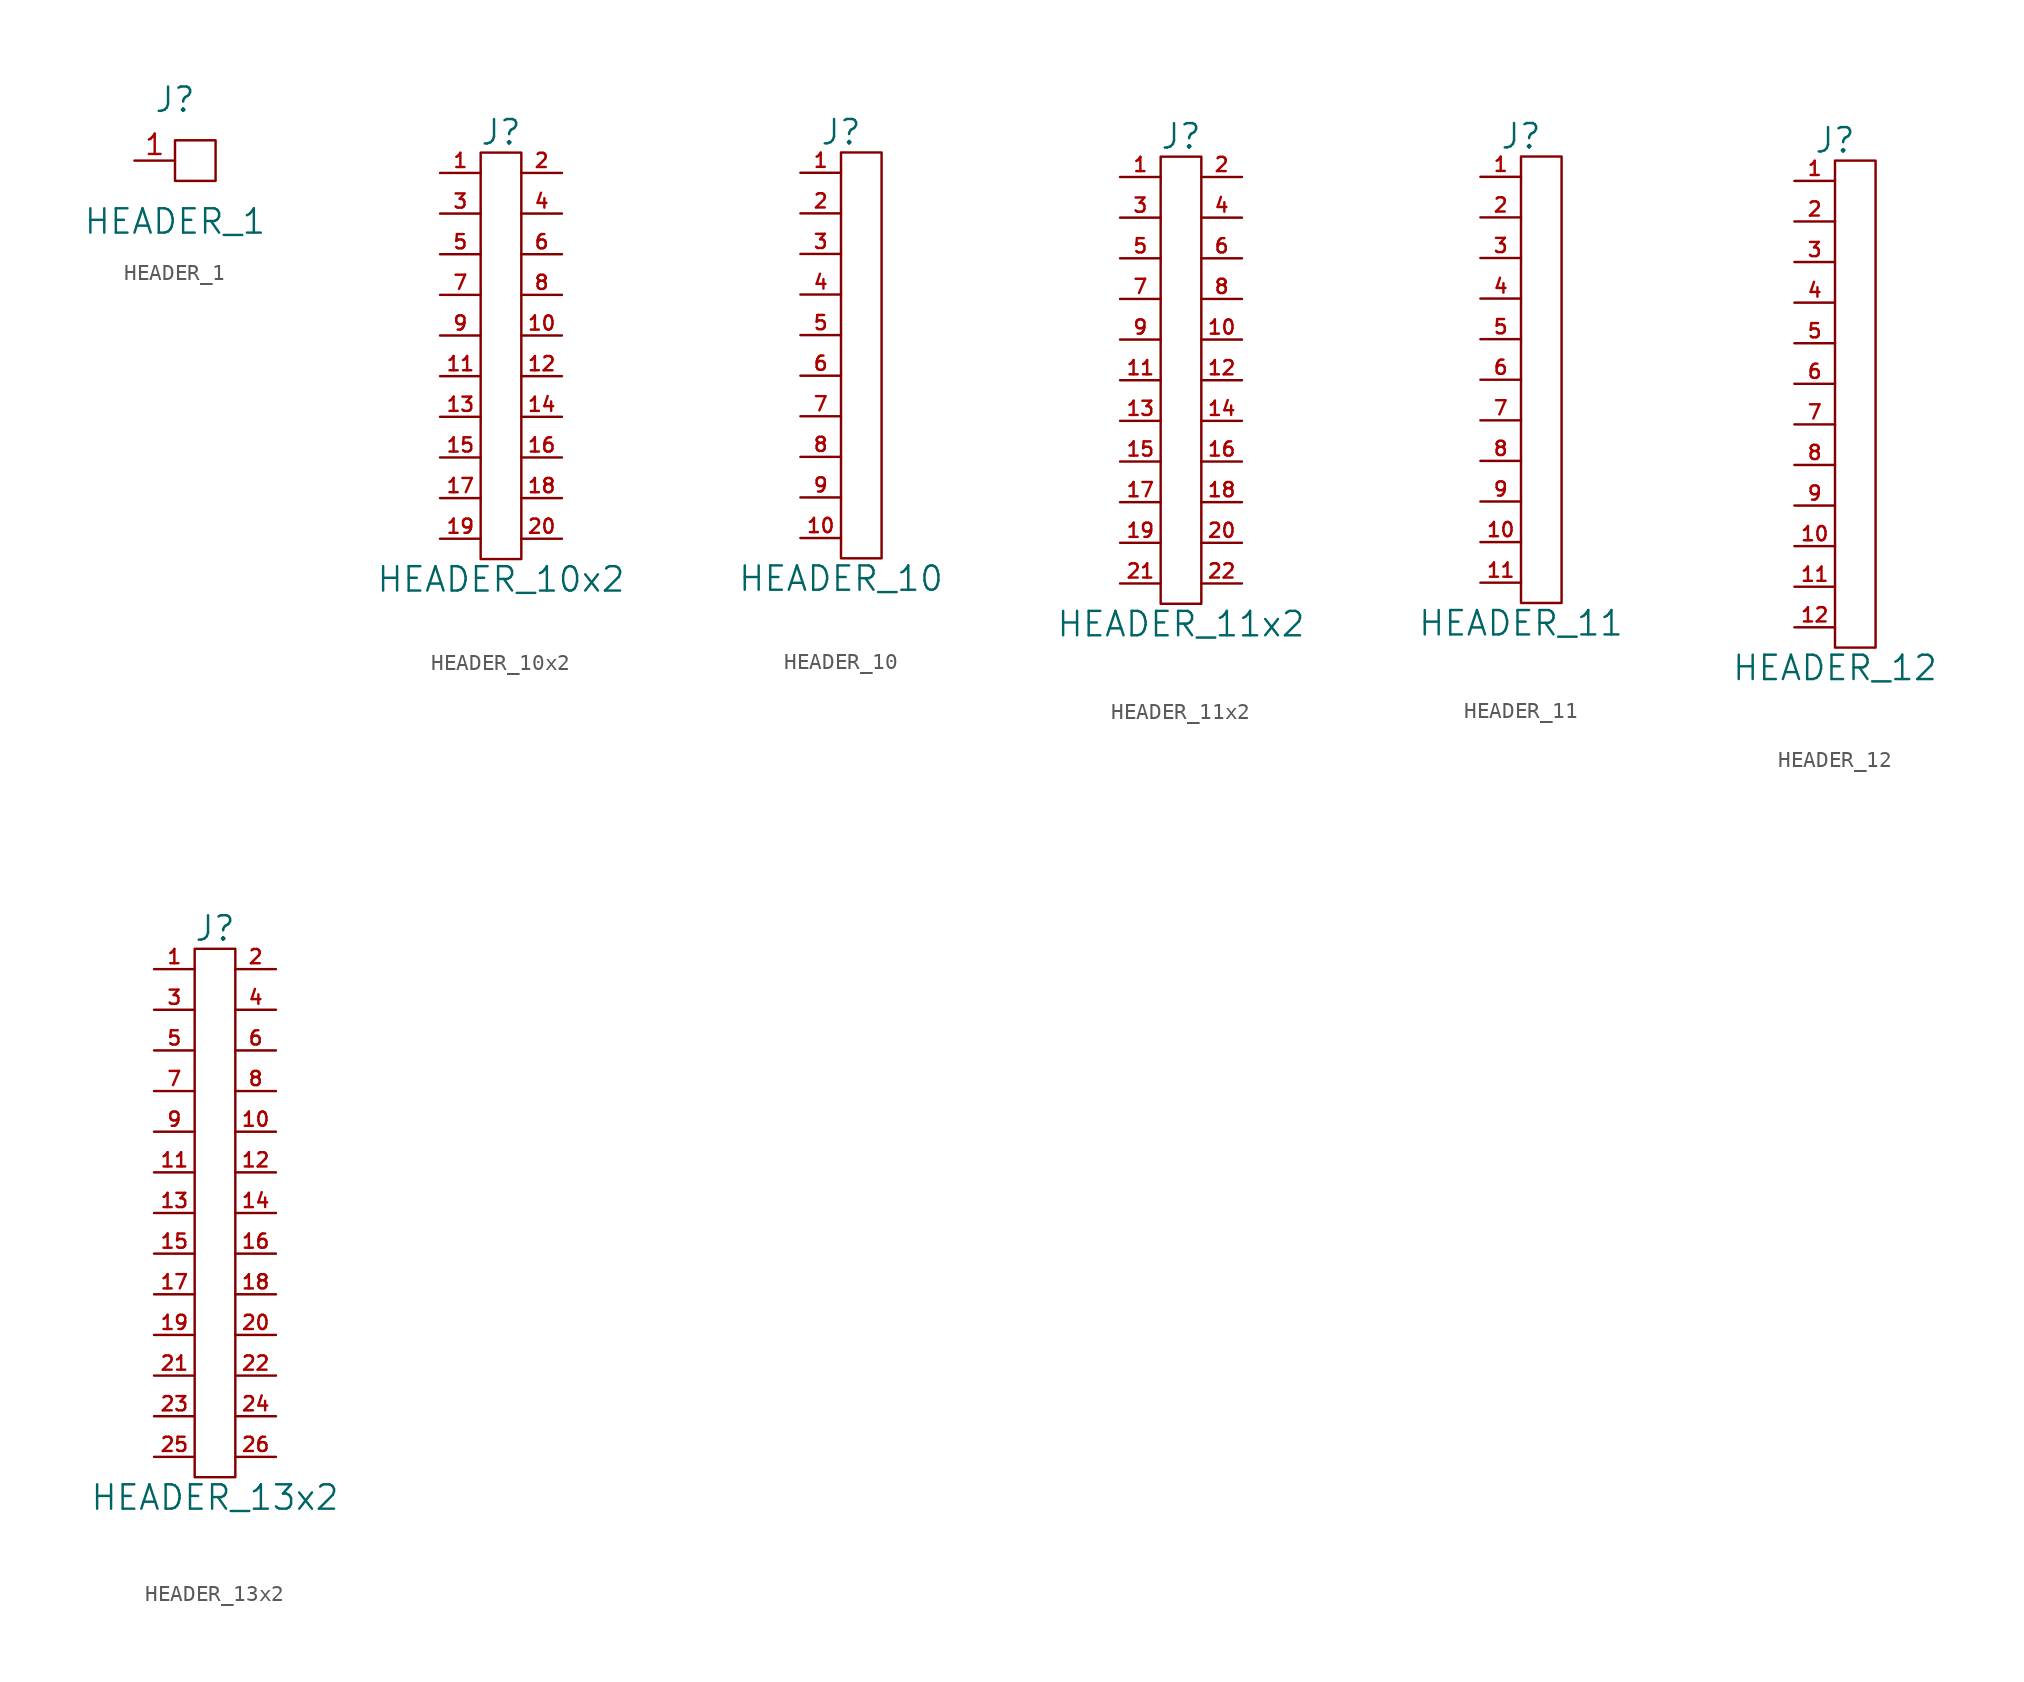
<source format=kicad_sym>
(kicad_symbol_lib
  (version 20201005)
  (generator kicad_symbol_editor)
  (symbol "HEADER_1"
    (pin_names
      (offset 0))
    (property "Reference" "J"
      (at 0 3.81 0)
      (effects (font (size 1.524 1.524))))
    (property "Value" "HEADER_1"
      (at 0 -3.81 0)
      (effects (font (size 1.524 1.524))))
    (property "Footprint" ""
      (at 0 0 0)
      (effects (font (size 1.524 1.524))))
    (property "Datasheet" ""
      (at 0 0 0)
      (effects (font (size 1.524 1.524))))
    (symbol "HEADER_1_0_1"
      (rectangle (start 2.54 1.27) (end 0 -1.27) (stroke (width 0)) (fill (type none))))
    (symbol "HEADER_1_1_1"
      (pin passive line (at -2.54 0 0) (length 2.54) (name "~" (effects (font (size 1.27 1.27)))) (number "1" (effects (font (size 1.27 1.27)))))))
  (symbol "HEADER_10x2"
    (pin_names
      (offset 0))
    (property "Reference" "J"
      (at 0 13.97 0)
      (effects (font (size 1.524 1.524))))
    (property "Value" "HEADER_10x2"
      (at 0 -13.97 0)
      (effects (font (size 1.524 1.524))))
    (property "Footprint" ""
      (at 0 0 0)
      (effects (font (size 1.524 1.524))))
    (property "Datasheet" ""
      (at 0 0 0)
      (effects (font (size 1.524 1.524))))
    (symbol "HEADER_10x2_0_1"
      (rectangle (start 1.27 12.7) (end -1.27 -12.7) (stroke (width 0)) (fill (type none))))
    (symbol "HEADER_10x2_1_1"
      (pin passive line (at -3.81 11.43 0) (length 2.54) (name "~" (effects (font (size 1.27 1.27)))) (number "1" (effects (font (size 0.889 0.889)))))
      (pin passive line (at 3.81 1.27 180) (length 2.54) (name "~" (effects (font (size 1.27 1.27)))) (number "10" (effects (font (size 0.889 0.889)))))
      (pin passive line (at -3.81 -1.27 0) (length 2.54) (name "~" (effects (font (size 1.27 1.27)))) (number "11" (effects (font (size 0.889 0.889)))))
      (pin passive line (at 3.81 -1.27 180) (length 2.54) (name "~" (effects (font (size 1.27 1.27)))) (number "12" (effects (font (size 0.889 0.889)))))
      (pin passive line (at -3.81 -3.81 0) (length 2.54) (name "~" (effects (font (size 1.27 1.27)))) (number "13" (effects (font (size 0.889 0.889)))))
      (pin passive line (at 3.81 -3.81 180) (length 2.54) (name "~" (effects (font (size 1.27 1.27)))) (number "14" (effects (font (size 0.889 0.889)))))
      (pin passive line (at -3.81 -6.35 0) (length 2.54) (name "~" (effects (font (size 1.27 1.27)))) (number "15" (effects (font (size 0.889 0.889)))))
      (pin passive line (at 3.81 -6.35 180) (length 2.54) (name "~" (effects (font (size 1.27 1.27)))) (number "16" (effects (font (size 0.889 0.889)))))
      (pin passive line (at -3.81 -8.89 0) (length 2.54) (name "~" (effects (font (size 1.27 1.27)))) (number "17" (effects (font (size 0.889 0.889)))))
      (pin passive line (at 3.81 -8.89 180) (length 2.54) (name "~" (effects (font (size 1.27 1.27)))) (number "18" (effects (font (size 0.889 0.889)))))
      (pin passive line (at -3.81 -11.43 0) (length 2.54) (name "~" (effects (font (size 1.27 1.27)))) (number "19" (effects (font (size 0.889 0.889)))))
      (pin passive line (at 3.81 11.43 180) (length 2.54) (name "~" (effects (font (size 1.27 1.27)))) (number "2" (effects (font (size 0.889 0.889)))))
      (pin passive line (at 3.81 -11.43 180) (length 2.54) (name "~" (effects (font (size 1.27 1.27)))) (number "20" (effects (font (size 0.889 0.889)))))
      (pin passive line (at -3.81 8.89 0) (length 2.54) (name "~" (effects (font (size 1.27 1.27)))) (number "3" (effects (font (size 0.889 0.889)))))
      (pin passive line (at 3.81 8.89 180) (length 2.54) (name "~" (effects (font (size 1.27 1.27)))) (number "4" (effects (font (size 0.889 0.889)))))
      (pin passive line (at -3.81 6.35 0) (length 2.54) (name "~" (effects (font (size 1.27 1.27)))) (number "5" (effects (font (size 0.889 0.889)))))
      (pin passive line (at 3.81 6.35 180) (length 2.54) (name "~" (effects (font (size 1.27 1.27)))) (number "6" (effects (font (size 0.889 0.889)))))
      (pin passive line (at -3.81 3.81 0) (length 2.54) (name "~" (effects (font (size 1.27 1.27)))) (number "7" (effects (font (size 0.889 0.889)))))
      (pin passive line (at 3.81 3.81 180) (length 2.54) (name "~" (effects (font (size 1.27 1.27)))) (number "8" (effects (font (size 0.889 0.889)))))
      (pin passive line (at -3.81 1.27 0) (length 2.54) (name "~" (effects (font (size 1.27 1.27)))) (number "9" (effects (font (size 0.889 0.889)))))))
  (symbol "HEADER_10"
    (pin_names
      (offset 0))
    (property "Reference" "J"
      (at 0 13.97 0)
      (effects (font (size 1.524 1.524))))
    (property "Value" "HEADER_10"
      (at 0 -13.97 0)
      (effects (font (size 1.524 1.524))))
    (property "Footprint" ""
      (at 0 0 0)
      (effects (font (size 1.524 1.524))))
    (property "Datasheet" ""
      (at 0 0 0)
      (effects (font (size 1.524 1.524))))
    (symbol "HEADER_10_0_1"
      (rectangle (start 2.54 12.7) (end 0 -12.7) (stroke (width 0)) (fill (type none))))
    (symbol "HEADER_10_1_1"
      (pin passive line (at -2.54 11.43 0) (length 2.54) (name "~" (effects (font (size 1.27 1.27)))) (number "1" (effects (font (size 0.889 0.889)))))
      (pin passive line (at -2.54 -11.43 0) (length 2.54) (name "~" (effects (font (size 1.27 1.27)))) (number "10" (effects (font (size 0.889 0.889)))))
      (pin passive line (at -2.54 8.89 0) (length 2.54) (name "~" (effects (font (size 1.27 1.27)))) (number "2" (effects (font (size 0.889 0.889)))))
      (pin passive line (at -2.54 6.35 0) (length 2.54) (name "~" (effects (font (size 1.27 1.27)))) (number "3" (effects (font (size 0.889 0.889)))))
      (pin passive line (at -2.54 3.81 0) (length 2.54) (name "~" (effects (font (size 1.27 1.27)))) (number "4" (effects (font (size 0.889 0.889)))))
      (pin passive line (at -2.54 1.27 0) (length 2.54) (name "~" (effects (font (size 1.27 1.27)))) (number "5" (effects (font (size 0.889 0.889)))))
      (pin passive line (at -2.54 -1.27 0) (length 2.54) (name "~" (effects (font (size 1.27 1.27)))) (number "6" (effects (font (size 0.889 0.889)))))
      (pin passive line (at -2.54 -3.81 0) (length 2.54) (name "~" (effects (font (size 1.27 1.27)))) (number "7" (effects (font (size 0.889 0.889)))))
      (pin passive line (at -2.54 -6.35 0) (length 2.54) (name "~" (effects (font (size 1.27 1.27)))) (number "8" (effects (font (size 0.889 0.889)))))
      (pin passive line (at -2.54 -8.89 0) (length 2.54) (name "~" (effects (font (size 1.27 1.27)))) (number "9" (effects (font (size 0.889 0.889)))))))
  (symbol "HEADER_11x2"
    (pin_names
      (offset 0))
    (property "Reference" "J"
      (at 0 15.24 0)
      (effects (font (size 1.524 1.524))))
    (property "Value" "HEADER_11x2"
      (at 0 -15.24 0)
      (effects (font (size 1.524 1.524))))
    (property "Footprint" ""
      (at 0 -2.54 0)
      (effects (font (size 1.524 1.524))))
    (property "Datasheet" ""
      (at 0 -2.54 0)
      (effects (font (size 1.524 1.524))))
    (symbol "HEADER_11x2_0_1"
      (rectangle (start -1.27 13.97) (end 1.27 -13.97) (stroke (width 0)) (fill (type none))))
    (symbol "HEADER_11x2_1_1"
      (pin passive line (at -3.81 12.7 0) (length 2.54) (name "~" (effects (font (size 0.889 0.889)))) (number "1" (effects (font (size 0.889 0.889)))))
      (pin passive line (at 3.81 2.54 180) (length 2.54) (name "~" (effects (font (size 1.27 1.27)))) (number "10" (effects (font (size 0.889 0.889)))))
      (pin passive line (at -3.81 0 0) (length 2.54) (name "~" (effects (font (size 1.27 1.27)))) (number "11" (effects (font (size 0.889 0.889)))))
      (pin passive line (at 3.81 0 180) (length 2.54) (name "~" (effects (font (size 1.27 1.27)))) (number "12" (effects (font (size 0.889 0.889)))))
      (pin passive line (at -3.81 -2.54 0) (length 2.54) (name "~" (effects (font (size 1.27 1.27)))) (number "13" (effects (font (size 0.889 0.889)))))
      (pin passive line (at 3.81 -2.54 180) (length 2.54) (name "~" (effects (font (size 1.27 1.27)))) (number "14" (effects (font (size 0.889 0.889)))))
      (pin passive line (at -3.81 -5.08 0) (length 2.54) (name "~" (effects (font (size 1.27 1.27)))) (number "15" (effects (font (size 0.889 0.889)))))
      (pin passive line (at 3.81 -5.08 180) (length 2.54) (name "~" (effects (font (size 1.27 1.27)))) (number "16" (effects (font (size 0.889 0.889)))))
      (pin passive line (at -3.81 -7.62 0) (length 2.54) (name "~" (effects (font (size 1.27 1.27)))) (number "17" (effects (font (size 0.889 0.889)))))
      (pin passive line (at 3.81 -7.62 180) (length 2.54) (name "~" (effects (font (size 1.27 1.27)))) (number "18" (effects (font (size 0.889 0.889)))))
      (pin passive line (at -3.81 -10.16 0) (length 2.54) (name "~" (effects (font (size 1.27 1.27)))) (number "19" (effects (font (size 0.889 0.889)))))
      (pin passive line (at 3.81 12.7 180) (length 2.54) (name "~" (effects (font (size 1.27 1.27)))) (number "2" (effects (font (size 0.889 0.889)))))
      (pin passive line (at 3.81 -10.16 180) (length 2.54) (name "~" (effects (font (size 1.27 1.27)))) (number "20" (effects (font (size 0.889 0.889)))))
      (pin passive line (at -3.81 -12.7 0) (length 2.54) (name "~" (effects (font (size 1.27 1.27)))) (number "21" (effects (font (size 0.889 0.889)))))
      (pin passive line (at 3.81 -12.7 180) (length 2.54) (name "~" (effects (font (size 1.27 1.27)))) (number "22" (effects (font (size 0.889 0.889)))))
      (pin passive line (at -3.81 10.16 0) (length 2.54) (name "~" (effects (font (size 1.27 1.27)))) (number "3" (effects (font (size 0.889 0.889)))))
      (pin passive line (at 3.81 10.16 180) (length 2.54) (name "~" (effects (font (size 1.27 1.27)))) (number "4" (effects (font (size 0.889 0.889)))))
      (pin passive line (at -3.81 7.62 0) (length 2.54) (name "~" (effects (font (size 1.27 1.27)))) (number "5" (effects (font (size 0.889 0.889)))))
      (pin passive line (at 3.81 7.62 180) (length 2.54) (name "~" (effects (font (size 1.27 1.27)))) (number "6" (effects (font (size 0.889 0.889)))))
      (pin passive line (at -3.81 5.08 0) (length 2.54) (name "~" (effects (font (size 1.27 1.27)))) (number "7" (effects (font (size 0.889 0.889)))))
      (pin passive line (at 3.81 5.08 180) (length 2.54) (name "~" (effects (font (size 1.27 1.27)))) (number "8" (effects (font (size 0.889 0.889)))))
      (pin passive line (at -3.81 2.54 0) (length 2.54) (name "~" (effects (font (size 1.27 1.27)))) (number "9" (effects (font (size 0.889 0.889)))))))
  (symbol "HEADER_11"
    (pin_names
      (offset 0))
    (property "Reference" "J"
      (at 0 15.24 0)
      (effects (font (size 1.524 1.524))))
    (property "Value" "HEADER_11"
      (at 0 -15.24 0)
      (effects (font (size 1.524 1.524))))
    (property "Footprint" ""
      (at 0 0 0)
      (effects (font (size 1.524 1.524))))
    (property "Datasheet" ""
      (at 0 0 0)
      (effects (font (size 1.524 1.524))))
    (symbol "HEADER_11_0_1"
      (rectangle (start 2.54 13.97) (end 0 -13.97) (stroke (width 0)) (fill (type none))))
    (symbol "HEADER_11_1_1"
      (pin passive line (at -2.54 12.7 0) (length 2.54) (name "~" (effects (font (size 1.27 1.27)))) (number "1" (effects (font (size 0.889 0.889)))))
      (pin passive line (at -2.54 -10.16 0) (length 2.54) (name "~" (effects (font (size 1.27 1.27)))) (number "10" (effects (font (size 0.889 0.889)))))
      (pin passive line (at -2.54 -12.7 0) (length 2.54) (name "~" (effects (font (size 1.27 1.27)))) (number "11" (effects (font (size 0.889 0.889)))))
      (pin passive line (at -2.54 10.16 0) (length 2.54) (name "~" (effects (font (size 1.27 1.27)))) (number "2" (effects (font (size 0.889 0.889)))))
      (pin passive line (at -2.54 7.62 0) (length 2.54) (name "~" (effects (font (size 1.27 1.27)))) (number "3" (effects (font (size 0.889 0.889)))))
      (pin passive line (at -2.54 5.08 0) (length 2.54) (name "~" (effects (font (size 1.27 1.27)))) (number "4" (effects (font (size 0.889 0.889)))))
      (pin passive line (at -2.54 2.54 0) (length 2.54) (name "~" (effects (font (size 1.27 1.27)))) (number "5" (effects (font (size 0.889 0.889)))))
      (pin passive line (at -2.54 0 0) (length 2.54) (name "~" (effects (font (size 1.27 1.27)))) (number "6" (effects (font (size 0.889 0.889)))))
      (pin passive line (at -2.54 -2.54 0) (length 2.54) (name "~" (effects (font (size 1.27 1.27)))) (number "7" (effects (font (size 0.889 0.889)))))
      (pin passive line (at -2.54 -5.08 0) (length 2.54) (name "~" (effects (font (size 1.27 1.27)))) (number "8" (effects (font (size 0.889 0.889)))))
      (pin passive line (at -2.54 -7.62 0) (length 2.54) (name "~" (effects (font (size 1.27 1.27)))) (number "9" (effects (font (size 0.889 0.889)))))))
  (symbol "HEADER_12"
    (pin_names
      (offset 0))
    (property "Reference" "J"
      (at 0 16.51 0)
      (effects (font (size 1.524 1.524))))
    (property "Value" "HEADER_12"
      (at 0 -16.51 0)
      (effects (font (size 1.524 1.524))))
    (property "Footprint" ""
      (at 0 0 0)
      (effects (font (size 1.524 1.524))))
    (property "Datasheet" ""
      (at 0 0 0)
      (effects (font (size 1.524 1.524))))
    (symbol "HEADER_12_0_1"
      (rectangle (start 2.54 15.24) (end 0 -15.24) (stroke (width 0)) (fill (type none))))
    (symbol "HEADER_12_1_1"
      (pin passive line (at -2.54 13.97 0) (length 2.54) (name "~" (effects (font (size 1.27 1.27)))) (number "1" (effects (font (size 0.889 0.889)))))
      (pin passive line (at -2.54 -8.89 0) (length 2.54) (name "~" (effects (font (size 1.27 1.27)))) (number "10" (effects (font (size 0.889 0.889)))))
      (pin passive line (at -2.54 -11.43 0) (length 2.54) (name "~" (effects (font (size 1.27 1.27)))) (number "11" (effects (font (size 0.889 0.889)))))
      (pin passive line (at -2.54 -13.97 0) (length 2.54) (name "~" (effects (font (size 1.27 1.27)))) (number "12" (effects (font (size 0.889 0.889)))))
      (pin passive line (at -2.54 11.43 0) (length 2.54) (name "~" (effects (font (size 1.27 1.27)))) (number "2" (effects (font (size 0.889 0.889)))))
      (pin passive line (at -2.54 8.89 0) (length 2.54) (name "~" (effects (font (size 1.27 1.27)))) (number "3" (effects (font (size 0.889 0.889)))))
      (pin passive line (at -2.54 6.35 0) (length 2.54) (name "~" (effects (font (size 1.27 1.27)))) (number "4" (effects (font (size 0.889 0.889)))))
      (pin passive line (at -2.54 3.81 0) (length 2.54) (name "~" (effects (font (size 1.27 1.27)))) (number "5" (effects (font (size 0.889 0.889)))))
      (pin passive line (at -2.54 1.27 0) (length 2.54) (name "~" (effects (font (size 1.27 1.27)))) (number "6" (effects (font (size 0.889 0.889)))))
      (pin passive line (at -2.54 -1.27 0) (length 2.54) (name "~" (effects (font (size 1.27 1.27)))) (number "7" (effects (font (size 0.889 0.889)))))
      (pin passive line (at -2.54 -3.81 0) (length 2.54) (name "~" (effects (font (size 1.27 1.27)))) (number "8" (effects (font (size 0.889 0.889)))))
      (pin passive line (at -2.54 -6.35 0) (length 2.54) (name "~" (effects (font (size 1.27 1.27)))) (number "9" (effects (font (size 0.889 0.889)))))))
  (symbol "HEADER_13x2"
    (pin_names
      (offset 0))
    (property "Reference" "J"
      (at 0 17.78 0)
      (effects (font (size 1.524 1.524))))
    (property "Value" "HEADER_13x2"
      (at 0 -17.78 0)
      (effects (font (size 1.524 1.524))))
    (property "Footprint" ""
      (at 0 0 0)
      (effects (font (size 1.524 1.524))))
    (property "Datasheet" ""
      (at 0 0 0)
      (effects (font (size 1.524 1.524))))
    (symbol "HEADER_13x2_0_1"
      (rectangle (start 1.27 16.51) (end -1.27 -16.51) (stroke (width 0)) (fill (type none))))
    (symbol "HEADER_13x2_1_1"
      (pin passive line (at -3.81 15.24 0) (length 2.54) (name "~" (effects (font (size 0.889 0.889)))) (number "1" (effects (font (size 0.889 0.889)))))
      (pin passive line (at 3.81 5.08 180) (length 2.54) (name "~" (effects (font (size 1.27 1.27)))) (number "10" (effects (font (size 0.889 0.889)))))
      (pin passive line (at -3.81 2.54 0) (length 2.54) (name "~" (effects (font (size 1.27 1.27)))) (number "11" (effects (font (size 0.889 0.889)))))
      (pin passive line (at 3.81 2.54 180) (length 2.54) (name "~" (effects (font (size 1.27 1.27)))) (number "12" (effects (font (size 0.889 0.889)))))
      (pin passive line (at -3.81 0 0) (length 2.54) (name "~" (effects (font (size 1.27 1.27)))) (number "13" (effects (font (size 0.889 0.889)))))
      (pin passive line (at 3.81 0 180) (length 2.54) (name "~" (effects (font (size 1.27 1.27)))) (number "14" (effects (font (size 0.889 0.889)))))
      (pin passive line (at -3.81 -2.54 0) (length 2.54) (name "~" (effects (font (size 1.27 1.27)))) (number "15" (effects (font (size 0.889 0.889)))))
      (pin passive line (at 3.81 -2.54 180) (length 2.54) (name "~" (effects (font (size 1.27 1.27)))) (number "16" (effects (font (size 0.889 0.889)))))
      (pin passive line (at -3.81 -5.08 0) (length 2.54) (name "~" (effects (font (size 1.27 1.27)))) (number "17" (effects (font (size 0.889 0.889)))))
      (pin passive line (at 3.81 -5.08 180) (length 2.54) (name "~" (effects (font (size 1.27 1.27)))) (number "18" (effects (font (size 0.889 0.889)))))
      (pin passive line (at -3.81 -7.62 0) (length 2.54) (name "~" (effects (font (size 1.27 1.27)))) (number "19" (effects (font (size 0.889 0.889)))))
      (pin passive line (at 3.81 15.24 180) (length 2.54) (name "~" (effects (font (size 1.27 1.27)))) (number "2" (effects (font (size 0.889 0.889)))))
      (pin passive line (at 3.81 -7.62 180) (length 2.54) (name "~" (effects (font (size 1.27 1.27)))) (number "20" (effects (font (size 0.889 0.889)))))
      (pin passive line (at -3.81 -10.16 0) (length 2.54) (name "~" (effects (font (size 1.27 1.27)))) (number "21" (effects (font (size 0.889 0.889)))))
      (pin passive line (at 3.81 -10.16 180) (length 2.54) (name "~" (effects (font (size 1.27 1.27)))) (number "22" (effects (font (size 0.889 0.889)))))
      (pin passive line (at -3.81 -12.7 0) (length 2.54) (name "~" (effects (font (size 1.27 1.27)))) (number "23" (effects (font (size 0.889 0.889)))))
      (pin passive line (at 3.81 -12.7 180) (length 2.54) (name "~" (effects (font (size 1.27 1.27)))) (number "24" (effects (font (size 0.889 0.889)))))
      (pin passive line (at -3.81 -15.24 0) (length 2.54) (name "~" (effects (font (size 1.27 1.27)))) (number "25" (effects (font (size 0.889 0.889)))))
      (pin passive line (at 3.81 -15.24 180) (length 2.54) (name "~" (effects (font (size 1.27 1.27)))) (number "26" (effects (font (size 0.889 0.889)))))
      (pin passive line (at -3.81 12.7 0) (length 2.54) (name "~" (effects (font (size 1.27 1.27)))) (number "3" (effects (font (size 0.889 0.889)))))
      (pin passive line (at 3.81 12.7 180) (length 2.54) (name "~" (effects (font (size 1.27 1.27)))) (number "4" (effects (font (size 0.889 0.889)))))
      (pin passive line (at -3.81 10.16 0) (length 2.54) (name "~" (effects (font (size 1.27 1.27)))) (number "5" (effects (font (size 0.889 0.889)))))
      (pin passive line (at 3.81 10.16 180) (length 2.54) (name "~" (effects (font (size 1.27 1.27)))) (number "6" (effects (font (size 0.889 0.889)))))
      (pin passive line (at -3.81 7.62 0) (length 2.54) (name "~" (effects (font (size 1.27 1.27)))) (number "7" (effects (font (size 0.889 0.889)))))
      (pin passive line (at 3.81 7.62 180) (length 2.54) (name "~" (effects (font (size 1.27 1.27)))) (number "8" (effects (font (size 0.889 0.889)))))
      (pin passive line (at -3.81 5.08 0) (length 2.54) (name "~" (effects (font (size 1.27 1.27)))) (number "9" (effects (font (size 0.889 0.889))))))))
</source>
